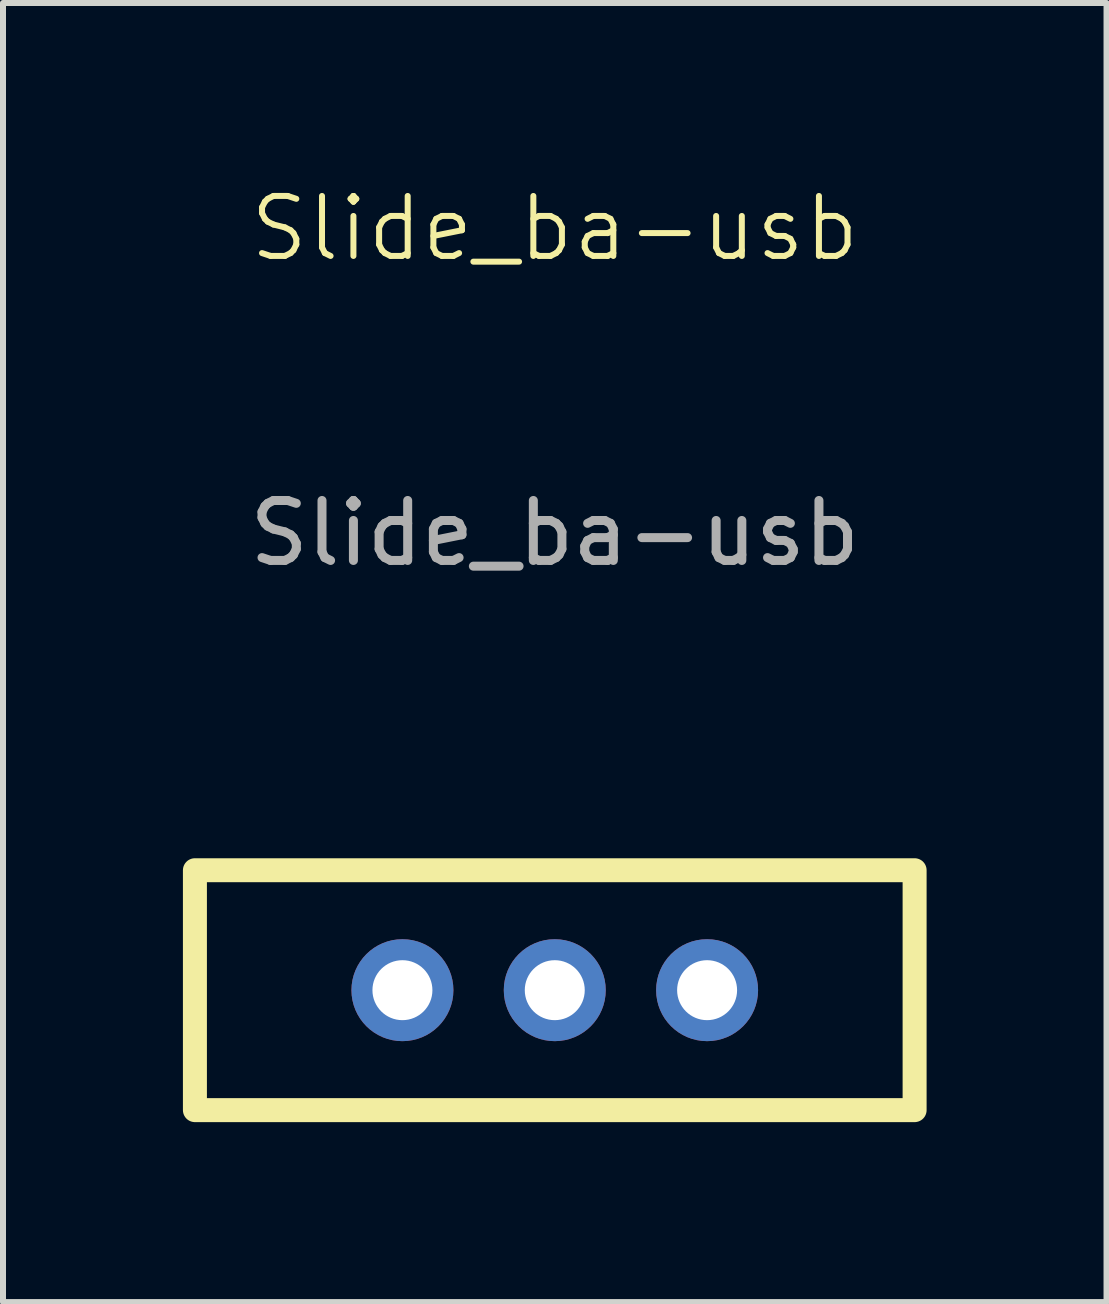
<source format=kicad_pcb>
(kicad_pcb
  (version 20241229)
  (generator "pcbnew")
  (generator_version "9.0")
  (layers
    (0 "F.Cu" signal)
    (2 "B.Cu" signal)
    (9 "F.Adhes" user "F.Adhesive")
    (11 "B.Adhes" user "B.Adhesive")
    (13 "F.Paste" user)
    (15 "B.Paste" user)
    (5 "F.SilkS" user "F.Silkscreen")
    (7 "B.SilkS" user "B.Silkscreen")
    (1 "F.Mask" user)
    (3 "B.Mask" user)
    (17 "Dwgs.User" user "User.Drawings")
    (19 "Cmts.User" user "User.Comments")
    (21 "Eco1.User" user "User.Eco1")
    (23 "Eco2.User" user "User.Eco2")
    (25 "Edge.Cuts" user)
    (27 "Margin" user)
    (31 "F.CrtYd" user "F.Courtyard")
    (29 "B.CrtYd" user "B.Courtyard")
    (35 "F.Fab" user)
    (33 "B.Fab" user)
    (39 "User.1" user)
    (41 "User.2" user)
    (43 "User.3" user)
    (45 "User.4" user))
  (footprint "Slide_ba-usb"
    (layer "F.Cu")
    (at 6.2 13.46)
    (property "Reference" "Slide_ba-usb" (at 0 -12.7 0) (unlocked yes) (layer "F.SilkS") (effects (font (size 1 1) (thickness 0.1))))
    (attr through_hole)
    (fp_rect (start -6 -2) (end 6 2) (stroke (width 0.4) (type default)) (fill no) (layer "F.SilkS"))
    (fp_text user "${REFERENCE}" (at 0 -7.62 0) (unlocked yes) (layer "F.Fab") (effects (font (size 1 1) (thickness 0.15))))
    (pad "1" thru_hole circle (at -2.54 0) (size 1.7 1.7) (drill 1) (layers "*.Cu" "*.Mask"))
    (pad "2" thru_hole circle (at 0 0) (size 1.7 1.7) (drill 1) (layers "*.Cu" "*.Mask"))
    (pad "3" thru_hole circle (at 2.54 0) (size 1.7 1.7) (drill 1) (layers "*.Cu" "*.Mask")))
  (gr_rect
    (start -3 -3)
    (end 15.4 18.66)
    (stroke (width 0.1) (type default))
    (fill no)
    (layer "Edge.Cuts")))
</source>
